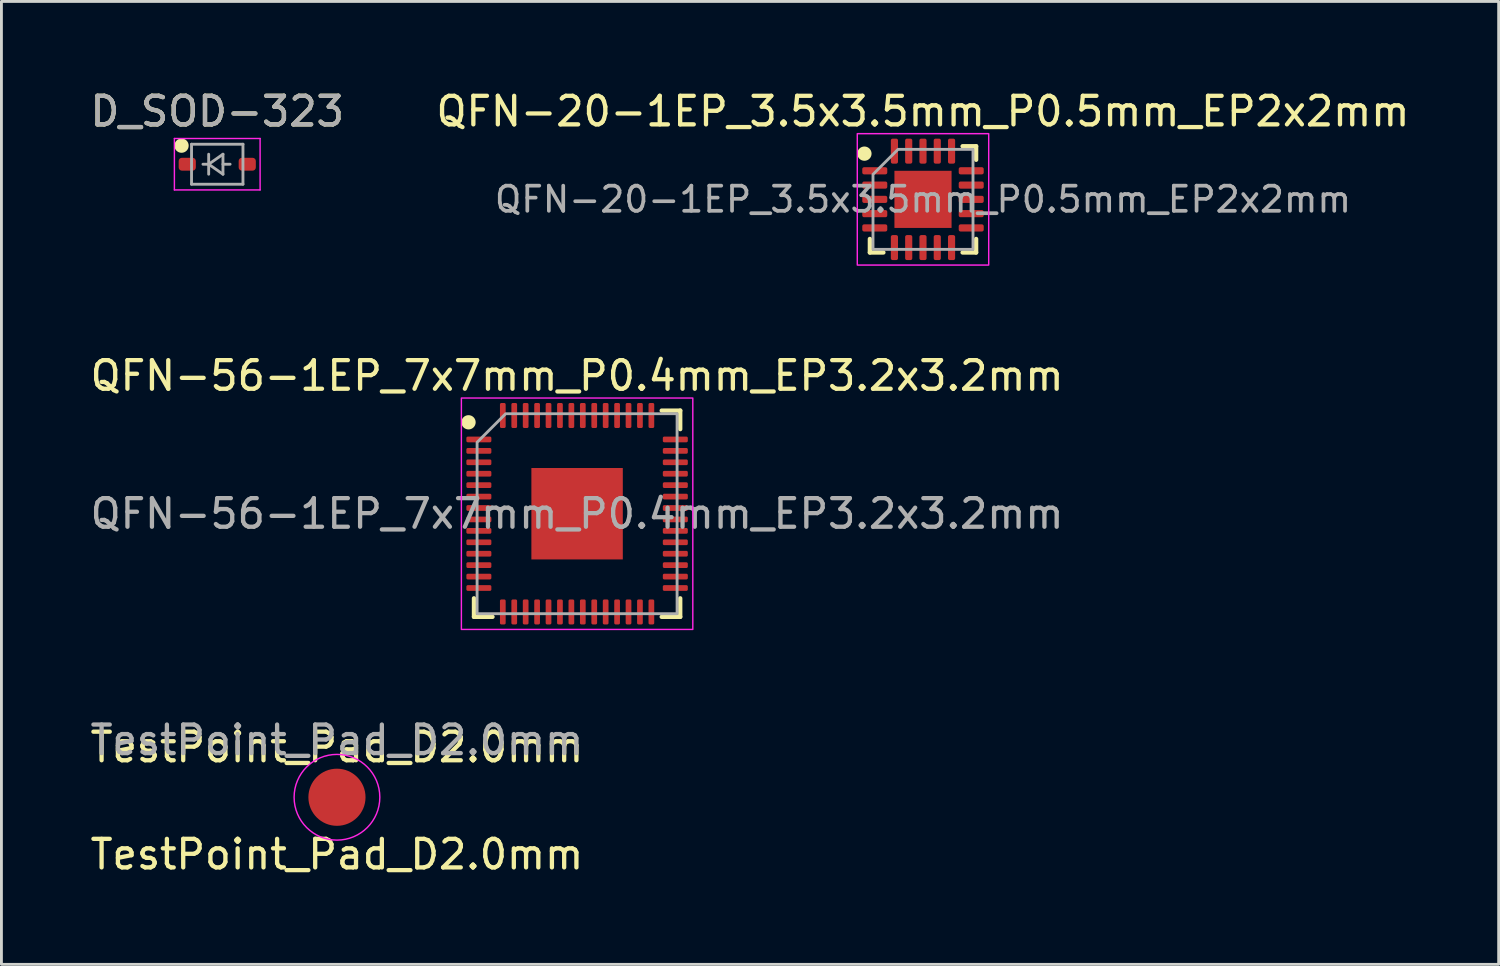
<source format=kicad_pcb>
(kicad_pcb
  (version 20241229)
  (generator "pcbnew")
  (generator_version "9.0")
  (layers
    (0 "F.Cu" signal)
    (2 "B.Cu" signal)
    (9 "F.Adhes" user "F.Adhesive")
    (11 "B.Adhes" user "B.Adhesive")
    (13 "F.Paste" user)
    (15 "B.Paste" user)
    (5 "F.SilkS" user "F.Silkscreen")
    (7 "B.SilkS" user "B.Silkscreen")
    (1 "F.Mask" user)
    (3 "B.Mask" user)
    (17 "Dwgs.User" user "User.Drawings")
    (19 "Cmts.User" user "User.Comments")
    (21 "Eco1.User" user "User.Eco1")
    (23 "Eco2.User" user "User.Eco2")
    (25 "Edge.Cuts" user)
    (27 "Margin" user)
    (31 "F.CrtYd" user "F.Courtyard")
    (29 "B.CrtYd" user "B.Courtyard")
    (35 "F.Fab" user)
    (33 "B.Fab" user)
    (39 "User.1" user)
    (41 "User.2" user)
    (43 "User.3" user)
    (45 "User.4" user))
  (footprint "QFN-56-1EP_7x7mm_P0.4mm_EP3.2x3.2mm"
    (layer "F.Cu")
    (at 17.149 14.931)
    (property "Reference" "QFN-56-1EP_7x7mm_P0.4mm_EP3.2x3.2mm" (at 0 -4.83 0) (layer "F.SilkS") (effects (font (size 1 1) (thickness 0.15))))
    (attr smd)
    (fp_line (start -3.61 3.61) (end -3.61 2.96) (stroke (width 0.15) (type solid)) (layer "F.SilkS"))
    (fp_line (start -2.96 3.61) (end -3.61 3.61) (stroke (width 0.15) (type solid)) (layer "F.SilkS"))
    (fp_line (start 2.96 -3.61) (end 3.61 -3.61) (stroke (width 0.15) (type solid)) (layer "F.SilkS"))
    (fp_line (start 2.96 3.61) (end 3.61 3.61) (stroke (width 0.15) (type solid)) (layer "F.SilkS"))
    (fp_line (start 3.61 -3.61) (end 3.61 -2.96) (stroke (width 0.15) (type solid)) (layer "F.SilkS"))
    (fp_line (start 3.61 3.61) (end 3.61 2.96) (stroke (width 0.15) (type solid)) (layer "F.SilkS"))
    (fp_circle (center -3.8 -3.2) (end -3.6 -3.2) (stroke (width 0.1) (type solid)) (fill yes) (layer "F.SilkS"))
    (fp_rect (start -4.05 -4.05) (end 4.05 4.05) (stroke (width 0.05) (type default)) (fill no) (layer "F.CrtYd"))
    (fp_poly (pts (xy -3.5 -2.5) (xy -3.5 3.5) (xy 3.5 3.5) (xy 3.5 -3.5) (xy -2.5 -3.5)) (stroke (width 0.1) (type solid)) (fill no) (layer "F.Fab"))
    (fp_text user "${REFERENCE}" (at 0 0 0) (layer "F.Fab") (effects (font (size 1 1) (thickness 0.15))))
    (pad "" smd roundrect (at -0.8 -0.8) (size 1.29 1.29) (layers "F.Paste") (roundrect_rratio 0.194))
    (pad "" smd roundrect (at -0.8 0.8) (size 1.29 1.29) (layers "F.Paste") (roundrect_rratio 0.194))
    (pad "" smd roundrect (at 0.8 -0.8) (size 1.29 1.29) (layers "F.Paste") (roundrect_rratio 0.194))
    (pad "" smd roundrect (at 0.8 0.8) (size 1.29 1.29) (layers "F.Paste") (roundrect_rratio 0.194))
    (pad "1" smd roundrect (at -3.438 -2.6) (size 0.875 0.2) (layers "F.Cu" "F.Mask" "F.Paste") (roundrect_rratio 0.25))
    (pad "2" smd roundrect (at -3.438 -2.2) (size 0.875 0.2) (layers "F.Cu" "F.Mask" "F.Paste") (roundrect_rratio 0.25))
    (pad "3" smd roundrect (at -3.438 -1.8) (size 0.875 0.2) (layers "F.Cu" "F.Mask" "F.Paste") (roundrect_rratio 0.25))
    (pad "4" smd roundrect (at -3.438 -1.4) (size 0.875 0.2) (layers "F.Cu" "F.Mask" "F.Paste") (roundrect_rratio 0.25))
    (pad "5" smd roundrect (at -3.438 -1) (size 0.875 0.2) (layers "F.Cu" "F.Mask" "F.Paste") (roundrect_rratio 0.25))
    (pad "6" smd roundrect (at -3.438 -0.6) (size 0.875 0.2) (layers "F.Cu" "F.Mask" "F.Paste") (roundrect_rratio 0.25))
    (pad "7" smd roundrect (at -3.438 -0.2) (size 0.875 0.2) (layers "F.Cu" "F.Mask" "F.Paste") (roundrect_rratio 0.25))
    (pad "8" smd roundrect (at -3.438 0.2) (size 0.875 0.2) (layers "F.Cu" "F.Mask" "F.Paste") (roundrect_rratio 0.25))
    (pad "9" smd roundrect (at -3.438 0.6) (size 0.875 0.2) (layers "F.Cu" "F.Mask" "F.Paste") (roundrect_rratio 0.25))
    (pad "10" smd roundrect (at -3.438 1) (size 0.875 0.2) (layers "F.Cu" "F.Mask" "F.Paste") (roundrect_rratio 0.25))
    (pad "11" smd roundrect (at -3.438 1.4) (size 0.875 0.2) (layers "F.Cu" "F.Mask" "F.Paste") (roundrect_rratio 0.25))
    (pad "12" smd roundrect (at -3.438 1.8) (size 0.875 0.2) (layers "F.Cu" "F.Mask" "F.Paste") (roundrect_rratio 0.25))
    (pad "13" smd roundrect (at -3.438 2.2) (size 0.875 0.2) (layers "F.Cu" "F.Mask" "F.Paste") (roundrect_rratio 0.25))
    (pad "14" smd roundrect (at -3.438 2.6) (size 0.875 0.2) (layers "F.Cu" "F.Mask" "F.Paste") (roundrect_rratio 0.25))
    (pad "15" smd roundrect (at -2.6 3.438) (size 0.2 0.875) (layers "F.Cu" "F.Mask" "F.Paste") (roundrect_rratio 0.25))
    (pad "16" smd roundrect (at -2.2 3.438) (size 0.2 0.875) (layers "F.Cu" "F.Mask" "F.Paste") (roundrect_rratio 0.25))
    (pad "17" smd roundrect (at -1.8 3.438) (size 0.2 0.875) (layers "F.Cu" "F.Mask" "F.Paste") (roundrect_rratio 0.25))
    (pad "18" smd roundrect (at -1.4 3.438) (size 0.2 0.875) (layers "F.Cu" "F.Mask" "F.Paste") (roundrect_rratio 0.25))
    (pad "19" smd roundrect (at -1 3.438) (size 0.2 0.875) (layers "F.Cu" "F.Mask" "F.Paste") (roundrect_rratio 0.25))
    (pad "20" smd roundrect (at -0.6 3.438) (size 0.2 0.875) (layers "F.Cu" "F.Mask" "F.Paste") (roundrect_rratio 0.25))
    (pad "21" smd roundrect (at -0.2 3.438) (size 0.2 0.875) (layers "F.Cu" "F.Mask" "F.Paste") (roundrect_rratio 0.25))
    (pad "22" smd roundrect (at 0.2 3.438) (size 0.2 0.875) (layers "F.Cu" "F.Mask" "F.Paste") (roundrect_rratio 0.25))
    (pad "23" smd roundrect (at 0.6 3.438) (size 0.2 0.875) (layers "F.Cu" "F.Mask" "F.Paste") (roundrect_rratio 0.25))
    (pad "24" smd roundrect (at 1 3.438) (size 0.2 0.875) (layers "F.Cu" "F.Mask" "F.Paste") (roundrect_rratio 0.25))
    (pad "25" smd roundrect (at 1.4 3.438) (size 0.2 0.875) (layers "F.Cu" "F.Mask" "F.Paste") (roundrect_rratio 0.25))
    (pad "26" smd roundrect (at 1.8 3.438) (size 0.2 0.875) (layers "F.Cu" "F.Mask" "F.Paste") (roundrect_rratio 0.25))
    (pad "27" smd roundrect (at 2.2 3.438) (size 0.2 0.875) (layers "F.Cu" "F.Mask" "F.Paste") (roundrect_rratio 0.25))
    (pad "28" smd roundrect (at 2.6 3.438) (size 0.2 0.875) (layers "F.Cu" "F.Mask" "F.Paste") (roundrect_rratio 0.25))
    (pad "29" smd roundrect (at 3.438 2.6) (size 0.875 0.2) (layers "F.Cu" "F.Mask" "F.Paste") (roundrect_rratio 0.25))
    (pad "30" smd roundrect (at 3.438 2.2) (size 0.875 0.2) (layers "F.Cu" "F.Mask" "F.Paste") (roundrect_rratio 0.25))
    (pad "31" smd roundrect (at 3.438 1.8) (size 0.875 0.2) (layers "F.Cu" "F.Mask" "F.Paste") (roundrect_rratio 0.25))
    (pad "32" smd roundrect (at 3.438 1.4) (size 0.875 0.2) (layers "F.Cu" "F.Mask" "F.Paste") (roundrect_rratio 0.25))
    (pad "33" smd roundrect (at 3.438 1) (size 0.875 0.2) (layers "F.Cu" "F.Mask" "F.Paste") (roundrect_rratio 0.25))
    (pad "34" smd roundrect (at 3.438 0.6) (size 0.875 0.2) (layers "F.Cu" "F.Mask" "F.Paste") (roundrect_rratio 0.25))
    (pad "35" smd roundrect (at 3.438 0.2) (size 0.875 0.2) (layers "F.Cu" "F.Mask" "F.Paste") (roundrect_rratio 0.25))
    (pad "36" smd roundrect (at 3.438 -0.2) (size 0.875 0.2) (layers "F.Cu" "F.Mask" "F.Paste") (roundrect_rratio 0.25))
    (pad "37" smd roundrect (at 3.438 -0.6) (size 0.875 0.2) (layers "F.Cu" "F.Mask" "F.Paste") (roundrect_rratio 0.25))
    (pad "38" smd roundrect (at 3.438 -1) (size 0.875 0.2) (layers "F.Cu" "F.Mask" "F.Paste") (roundrect_rratio 0.25))
    (pad "39" smd roundrect (at 3.438 -1.4) (size 0.875 0.2) (layers "F.Cu" "F.Mask" "F.Paste") (roundrect_rratio 0.25))
    (pad "40" smd roundrect (at 3.438 -1.8) (size 0.875 0.2) (layers "F.Cu" "F.Mask" "F.Paste") (roundrect_rratio 0.25))
    (pad "41" smd roundrect (at 3.438 -2.2) (size 0.875 0.2) (layers "F.Cu" "F.Mask" "F.Paste") (roundrect_rratio 0.25))
    (pad "42" smd roundrect (at 3.438 -2.6) (size 0.875 0.2) (layers "F.Cu" "F.Mask" "F.Paste") (roundrect_rratio 0.25))
    (pad "43" smd roundrect (at 2.6 -3.438) (size 0.2 0.875) (layers "F.Cu" "F.Mask" "F.Paste") (roundrect_rratio 0.25))
    (pad "44" smd roundrect (at 2.2 -3.438) (size 0.2 0.875) (layers "F.Cu" "F.Mask" "F.Paste") (roundrect_rratio 0.25))
    (pad "45" smd roundrect (at 1.8 -3.438) (size 0.2 0.875) (layers "F.Cu" "F.Mask" "F.Paste") (roundrect_rratio 0.25))
    (pad "46" smd roundrect (at 1.4 -3.438) (size 0.2 0.875) (layers "F.Cu" "F.Mask" "F.Paste") (roundrect_rratio 0.25))
    (pad "47" smd roundrect (at 1 -3.438) (size 0.2 0.875) (layers "F.Cu" "F.Mask" "F.Paste") (roundrect_rratio 0.25))
    (pad "48" smd roundrect (at 0.6 -3.438) (size 0.2 0.875) (layers "F.Cu" "F.Mask" "F.Paste") (roundrect_rratio 0.25))
    (pad "49" smd roundrect (at 0.2 -3.438) (size 0.2 0.875) (layers "F.Cu" "F.Mask" "F.Paste") (roundrect_rratio 0.25))
    (pad "50" smd roundrect (at -0.2 -3.438) (size 0.2 0.875) (layers "F.Cu" "F.Mask" "F.Paste") (roundrect_rratio 0.25))
    (pad "51" smd roundrect (at -0.6 -3.438) (size 0.2 0.875) (layers "F.Cu" "F.Mask" "F.Paste") (roundrect_rratio 0.25))
    (pad "52" smd roundrect (at -1 -3.438) (size 0.2 0.875) (layers "F.Cu" "F.Mask" "F.Paste") (roundrect_rratio 0.25))
    (pad "53" smd roundrect (at -1.4 -3.438) (size 0.2 0.875) (layers "F.Cu" "F.Mask" "F.Paste") (roundrect_rratio 0.25))
    (pad "54" smd roundrect (at -1.8 -3.438) (size 0.2 0.875) (layers "F.Cu" "F.Mask" "F.Paste") (roundrect_rratio 0.25))
    (pad "55" smd roundrect (at -2.2 -3.438) (size 0.2 0.875) (layers "F.Cu" "F.Mask" "F.Paste") (roundrect_rratio 0.25))
    (pad "56" smd roundrect (at -2.6 -3.438) (size 0.2 0.875) (layers "F.Cu" "F.Mask" "F.Paste") (roundrect_rratio 0.25))
    (pad "57" smd rect (at 0 0) (size 3.2 3.2) (property pad_prop_heatsink) (layers "F.Cu" "F.Mask")))
  (footprint "QFN-20-1EP_3.5x3.5mm_P0.5mm_EP2x2mm"
    (layer "F.Cu")
    (at 29.256 3.928)
    (property "Reference" "QFN-20-1EP_3.5x3.5mm_P0.5mm_EP2x2mm" (at 0 -3.08 0) (layer "F.SilkS") (effects (font (size 1 1) (thickness 0.15))))
    (attr smd)
    (fp_line (start -1.86 1.86) (end -1.86 1.385) (stroke (width 0.15) (type solid)) (layer "F.SilkS"))
    (fp_line (start -1.385 1.86) (end -1.86 1.86) (stroke (width 0.15) (type solid)) (layer "F.SilkS"))
    (fp_line (start 1.385 -1.86) (end 1.86 -1.86) (stroke (width 0.15) (type solid)) (layer "F.SilkS"))
    (fp_line (start 1.385 1.86) (end 1.86 1.86) (stroke (width 0.15) (type solid)) (layer "F.SilkS"))
    (fp_line (start 1.86 -1.86) (end 1.86 -1.385) (stroke (width 0.15) (type solid)) (layer "F.SilkS"))
    (fp_line (start 1.86 1.86) (end 1.86 1.385) (stroke (width 0.15) (type solid)) (layer "F.SilkS"))
    (fp_circle (center -2.05 -1.6) (end -1.85 -1.6) (stroke (width 0.1) (type solid)) (fill yes) (layer "F.SilkS"))
    (fp_rect (start -2.3 -2.3) (end 2.3 2.3) (stroke (width 0.05) (type solid)) (fill no) (layer "F.CrtYd"))
    (fp_poly (pts (xy -1.75 -0.875) (xy -1.75 1.75) (xy 1.75 1.75) (xy 1.75 -1.75) (xy -0.875 -1.75)) (stroke (width 0.1) (type solid)) (fill no) (layer "F.Fab"))
    (fp_text user "${REFERENCE}" (at 0 0 0) (layer "F.Fab") (effects (font (size 0.88 0.88) (thickness 0.13))))
    (pad "" smd roundrect (at -0.5 -0.5) (size 0.81 0.81) (layers "F.Paste") (roundrect_rratio 0.25))
    (pad "" smd roundrect (at -0.5 0.5) (size 0.81 0.81) (layers "F.Paste") (roundrect_rratio 0.25))
    (pad "" smd roundrect (at 0.5 -0.5) (size 0.81 0.81) (layers "F.Paste") (roundrect_rratio 0.25))
    (pad "" smd roundrect (at 0.5 0.5) (size 0.81 0.81) (layers "F.Paste") (roundrect_rratio 0.25))
    (pad "1" smd roundrect (at -1.688 -1) (size 0.875 0.25) (layers "F.Cu" "F.Mask" "F.Paste") (roundrect_rratio 0.25))
    (pad "2" smd roundrect (at -1.688 -0.5) (size 0.875 0.25) (layers "F.Cu" "F.Mask" "F.Paste") (roundrect_rratio 0.25))
    (pad "3" smd roundrect (at -1.688 0) (size 0.875 0.25) (layers "F.Cu" "F.Mask" "F.Paste") (roundrect_rratio 0.25))
    (pad "4" smd roundrect (at -1.688 0.5) (size 0.875 0.25) (layers "F.Cu" "F.Mask" "F.Paste") (roundrect_rratio 0.25))
    (pad "5" smd roundrect (at -1.688 1) (size 0.875 0.25) (layers "F.Cu" "F.Mask" "F.Paste") (roundrect_rratio 0.25))
    (pad "6" smd roundrect (at -1 1.688) (size 0.25 0.875) (layers "F.Cu" "F.Mask" "F.Paste") (roundrect_rratio 0.25))
    (pad "7" smd roundrect (at -0.5 1.688) (size 0.25 0.875) (layers "F.Cu" "F.Mask" "F.Paste") (roundrect_rratio 0.25))
    (pad "8" smd roundrect (at 0 1.688) (size 0.25 0.875) (layers "F.Cu" "F.Mask" "F.Paste") (roundrect_rratio 0.25))
    (pad "9" smd roundrect (at 0.5 1.688) (size 0.25 0.875) (layers "F.Cu" "F.Mask" "F.Paste") (roundrect_rratio 0.25))
    (pad "10" smd roundrect (at 1 1.688) (size 0.25 0.875) (layers "F.Cu" "F.Mask" "F.Paste") (roundrect_rratio 0.25))
    (pad "11" smd roundrect (at 1.688 1) (size 0.875 0.25) (layers "F.Cu" "F.Mask" "F.Paste") (roundrect_rratio 0.25))
    (pad "12" smd roundrect (at 1.688 0.5) (size 0.875 0.25) (layers "F.Cu" "F.Mask" "F.Paste") (roundrect_rratio 0.25))
    (pad "13" smd roundrect (at 1.688 0) (size 0.875 0.25) (layers "F.Cu" "F.Mask" "F.Paste") (roundrect_rratio 0.25))
    (pad "14" smd roundrect (at 1.688 -0.5) (size 0.875 0.25) (layers "F.Cu" "F.Mask" "F.Paste") (roundrect_rratio 0.25))
    (pad "15" smd roundrect (at 1.688 -1) (size 0.875 0.25) (layers "F.Cu" "F.Mask" "F.Paste") (roundrect_rratio 0.25))
    (pad "16" smd roundrect (at 1 -1.688) (size 0.25 0.875) (layers "F.Cu" "F.Mask" "F.Paste") (roundrect_rratio 0.25))
    (pad "17" smd roundrect (at 0.5 -1.688) (size 0.25 0.875) (layers "F.Cu" "F.Mask" "F.Paste") (roundrect_rratio 0.25))
    (pad "18" smd roundrect (at 0 -1.688) (size 0.25 0.875) (layers "F.Cu" "F.Mask" "F.Paste") (roundrect_rratio 0.25))
    (pad "19" smd roundrect (at -0.5 -1.688) (size 0.25 0.875) (layers "F.Cu" "F.Mask" "F.Paste") (roundrect_rratio 0.25))
    (pad "20" smd roundrect (at -1 -1.688) (size 0.25 0.875) (layers "F.Cu" "F.Mask" "F.Paste") (roundrect_rratio 0.25))
    (pad "21" smd rect (at 0 0) (size 2 2) (property pad_prop_heatsink) (layers "F.Cu" "F.Mask")))
  (footprint "D_SOD-323"
    (layer "F.Cu")
    (at 4.554 2.698)
    (property "Reference" "D_SOD-323" (at 0 -1.85 0) (layer "F.SilkS") (effects (font (size 1 1) (thickness 0.15))))
    (attr smd)
    (fp_circle (center -1.25 -0.65) (end -1.05 -0.65) (stroke (width 0.1) (type solid)) (fill yes) (layer "F.SilkS"))
    (fp_line (start -1.5 -0.9) (end -1.5 0.9) (stroke (width 0.05) (type solid)) (layer "F.CrtYd"))
    (fp_line (start -1.5 -0.9) (end 1.5 -0.9) (stroke (width 0.05) (type solid)) (layer "F.CrtYd"))
    (fp_line (start -1.5 0.9) (end 1.5 0.9) (stroke (width 0.05) (type solid)) (layer "F.CrtYd"))
    (fp_line (start 1.5 -0.9) (end 1.5 0.9) (stroke (width 0.05) (type solid)) (layer "F.CrtYd"))
    (fp_line (start -0.9 -0.7) (end 0.9 -0.7) (stroke (width 0.1) (type solid)) (layer "F.Fab"))
    (fp_line (start -0.9 0.7) (end -0.9 -0.7) (stroke (width 0.1) (type solid)) (layer "F.Fab"))
    (fp_line (start -0.3 -0.35) (end -0.3 0.35) (stroke (width 0.1) (type solid)) (layer "F.Fab"))
    (fp_line (start -0.3 0) (end -0.5 0) (stroke (width 0.1) (type solid)) (layer "F.Fab"))
    (fp_line (start -0.3 0) (end 0.2 -0.35) (stroke (width 0.1) (type solid)) (layer "F.Fab"))
    (fp_line (start 0.2 -0.35) (end 0.2 0.35) (stroke (width 0.1) (type solid)) (layer "F.Fab"))
    (fp_line (start 0.2 0) (end 0.45 0) (stroke (width 0.1) (type solid)) (layer "F.Fab"))
    (fp_line (start 0.2 0.35) (end -0.3 0) (stroke (width 0.1) (type solid)) (layer "F.Fab"))
    (fp_line (start 0.9 -0.7) (end 0.9 0.7) (stroke (width 0.1) (type solid)) (layer "F.Fab"))
    (fp_line (start 0.9 0.7) (end -0.9 0.7) (stroke (width 0.1) (type solid)) (layer "F.Fab"))
    (fp_text user "${REFERENCE}" (at 0 -1.85 0) (layer "F.Fab") (effects (font (size 1 1) (thickness 0.15))))
    (pad "1" smd roundrect (at -1.05 0) (size 0.6 0.45) (layers "F.Cu" "F.Mask" "F.Paste") (roundrect_rratio 0.25))
    (pad "2" smd roundrect (at 1.05 0) (size 0.6 0.45) (layers "F.Cu" "F.Mask" "F.Paste") (roundrect_rratio 0.25)))
  (footprint "TestPoint_Pad_D2.0mm"
    (layer "F.Cu")
    (at 8.744 24.855)
    (property "Reference" "TestPoint_Pad_D2.0mm" (at 0 -1.75 0) (layer "F.SilkS") (effects (font (size 1 1) (thickness 0.15))))
    (property "Value" "TestPoint_Pad_D2.0mm" (at 0 2.05 0) (layer "F.Fab") (hide yes) (effects (font (size 1 1) (thickness 0.15))))
    (attr exclude_from_pos_files exclude_from_bom)
    (fp_circle (center 0 0) (end 1.5 0) (stroke (width 0.05) (type solid)) (fill no) (layer "F.CrtYd"))
    (fp_text user "${Value}" (at 0 2 0) (unlocked yes) (layer "F.SilkS") (effects (font (size 1 1) (thickness 0.15))))
    (fp_text user "${REFERENCE}" (at 0 -2 0) (layer "F.Fab") (effects (font (size 1 1) (thickness 0.15))))
    (pad "1" smd circle (at 0 0) (size 2 2) (layers "F.Cu" "F.Mask")))
  (gr_rect
    (start -3 -3)
    (end 49.405 30.703)
    (stroke (width 0.1) (type default))
    (fill no)
    (layer "Edge.Cuts")))
</source>
